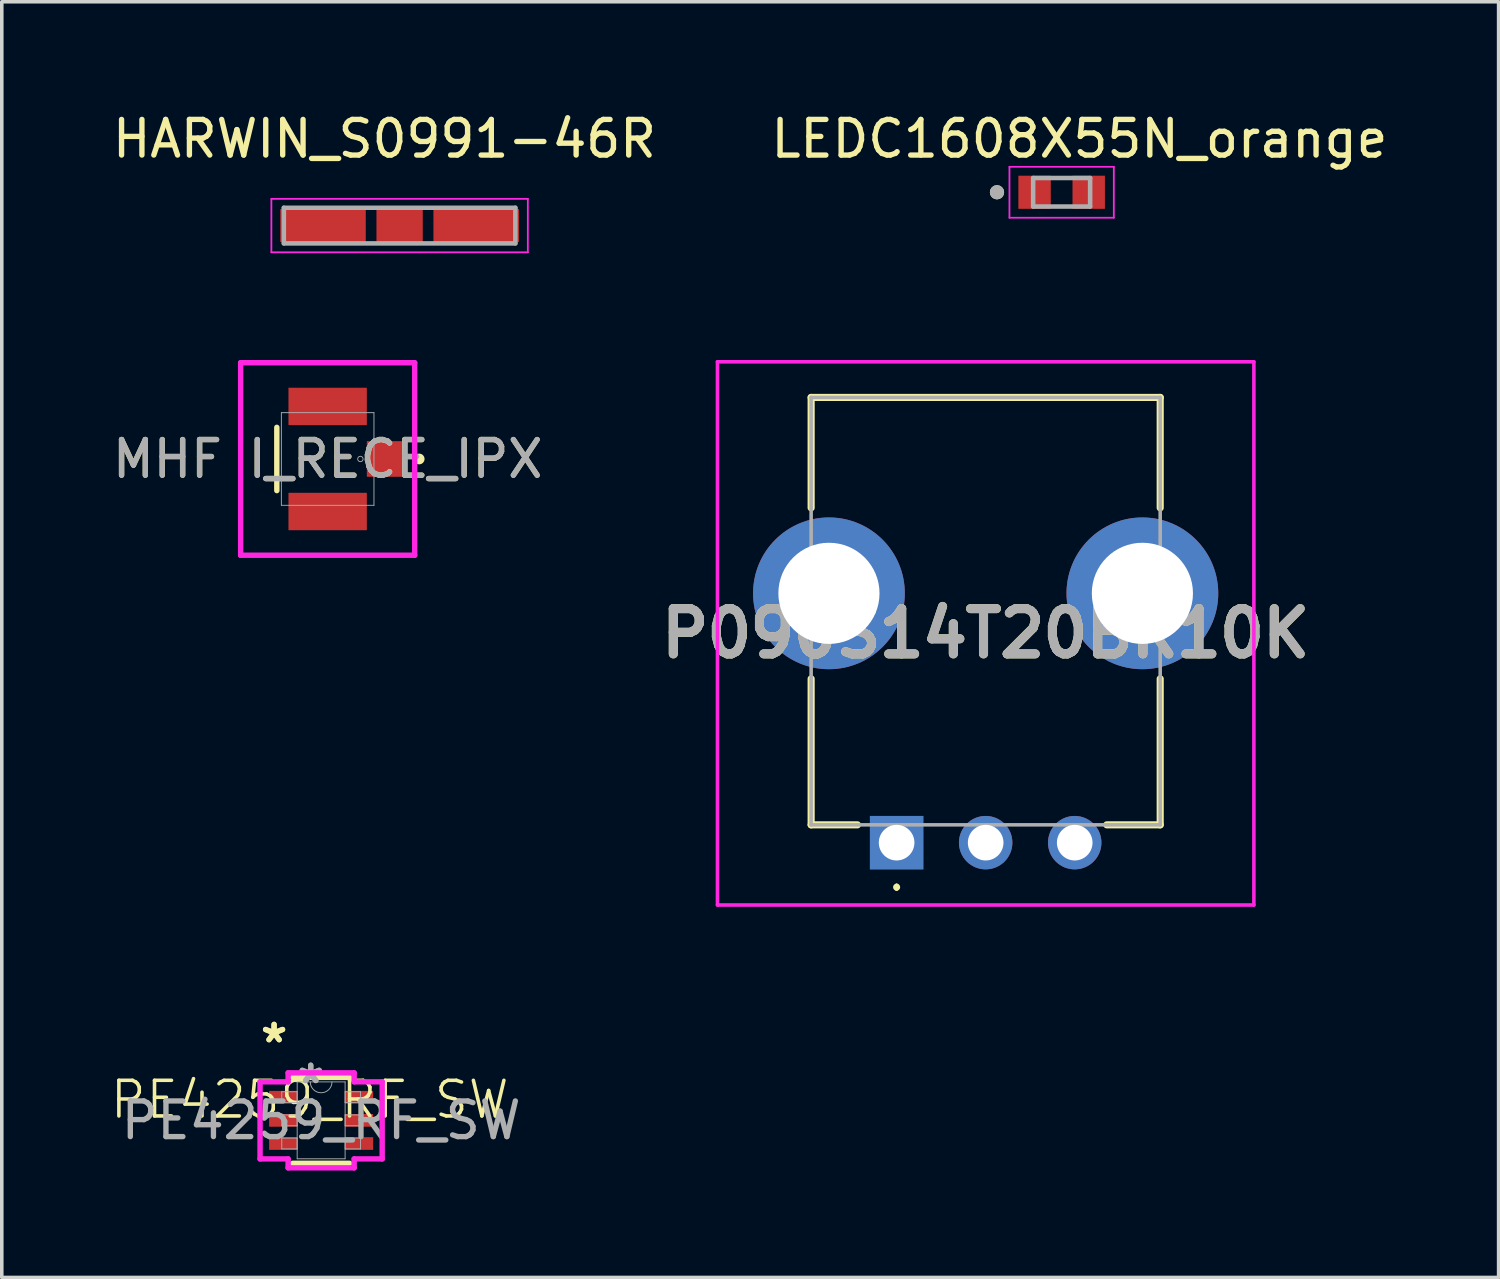
<source format=kicad_pcb>
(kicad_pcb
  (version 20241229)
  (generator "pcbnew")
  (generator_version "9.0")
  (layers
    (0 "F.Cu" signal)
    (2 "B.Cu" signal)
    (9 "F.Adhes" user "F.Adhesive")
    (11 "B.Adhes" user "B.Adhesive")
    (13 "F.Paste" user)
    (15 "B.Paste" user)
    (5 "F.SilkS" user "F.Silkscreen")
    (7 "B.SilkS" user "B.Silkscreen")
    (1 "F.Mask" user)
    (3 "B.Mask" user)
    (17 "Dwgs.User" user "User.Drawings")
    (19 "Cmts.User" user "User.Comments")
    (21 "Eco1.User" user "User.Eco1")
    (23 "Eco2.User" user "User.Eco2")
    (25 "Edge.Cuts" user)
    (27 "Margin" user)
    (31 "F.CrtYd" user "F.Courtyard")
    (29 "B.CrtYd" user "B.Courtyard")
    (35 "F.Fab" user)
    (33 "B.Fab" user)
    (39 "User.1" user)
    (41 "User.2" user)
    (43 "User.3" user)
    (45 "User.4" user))
  (footprint "P090S14T20BR10K"
    (layer "F.Cu")
    (at 22.123 20.608)
    (property "Reference" "P090S14T20BR10K" (at 2.5 -5.875 0) (layer "F.SilkS") (effects (font (size 1.27 1.27) (thickness 0.254))))
    (attr through_hole)
    (fp_line (start -2.4 -12.5) (end 7.4 -12.5) (stroke (width 0.2) (type solid)) (layer "F.SilkS"))
    (fp_line (start -2.4 -9.4) (end -2.4 -12.5) (stroke (width 0.2) (type solid)) (layer "F.SilkS"))
    (fp_line (start -2.4 -4.6) (end -2.4 -0.5) (stroke (width 0.2) (type solid)) (layer "F.SilkS"))
    (fp_line (start -2.4 -0.5) (end -1.1 -0.5) (stroke (width 0.2) (type solid)) (layer "F.SilkS"))
    (fp_line (start 0 1.2) (end 0 1.2) (stroke (width 0.1) (type solid)) (layer "F.SilkS"))
    (fp_line (start 0 1.3) (end 0 1.3) (stroke (width 0.1) (type solid)) (layer "F.SilkS"))
    (fp_line (start 7.4 -12.5) (end 7.4 -9.4) (stroke (width 0.2) (type solid)) (layer "F.SilkS"))
    (fp_line (start 7.4 -4.6) (end 7.4 -0.5) (stroke (width 0.2) (type solid)) (layer "F.SilkS"))
    (fp_line (start 7.4 -0.5) (end 5.9 -0.5) (stroke (width 0.2) (type solid)) (layer "F.SilkS"))
    (fp_arc (start 0 1.2) (mid 0.05 1.25) (end 0 1.3) (stroke (width 0.1) (type solid)) (layer "F.SilkS"))
    (fp_arc (start 0 1.3) (mid -0.05 1.25) (end 0 1.2) (stroke (width 0.1) (type solid)) (layer "F.SilkS"))
    (fp_line (start -5.03 -13.5) (end 10.03 -13.5) (stroke (width 0.1) (type solid)) (layer "F.CrtYd"))
    (fp_line (start -5.03 1.75) (end -5.03 -13.5) (stroke (width 0.1) (type solid)) (layer "F.CrtYd"))
    (fp_line (start 10.03 -13.5) (end 10.03 1.75) (stroke (width 0.1) (type solid)) (layer "F.CrtYd"))
    (fp_line (start 10.03 1.75) (end -5.03 1.75) (stroke (width 0.1) (type solid)) (layer "F.CrtYd"))
    (fp_line (start -2.4 -12.5) (end 7.4 -12.5) (stroke (width 0.1) (type solid)) (layer "F.Fab"))
    (fp_line (start -2.4 -0.5) (end -2.4 -12.5) (stroke (width 0.1) (type solid)) (layer "F.Fab"))
    (fp_line (start 7.4 -12.5) (end 7.4 -0.5) (stroke (width 0.1) (type solid)) (layer "F.Fab"))
    (fp_line (start 7.4 -0.5) (end -2.4 -0.5) (stroke (width 0.1) (type solid)) (layer "F.Fab"))
    (fp_text user "${REFERENCE}" (at 2.5 -5.875 0) (layer "F.Fab") (effects (font (size 1.27 1.27) (thickness 0.254))))
    (pad "1" thru_hole rect (at 0 0) (size 1.5 1.5) (drill 1) (layers "*.Cu" "*.Mask"))
    (pad "2" thru_hole circle (at 2.5 0) (size 1.5 1.5) (drill 1) (layers "*.Cu" "*.Mask"))
    (pad "3" thru_hole circle (at 5 0) (size 1.5 1.5) (drill 1) (layers "*.Cu" "*.Mask"))
    (pad "4" thru_hole circle (at -1.9 -7) (size 4.26 4.26) (drill 2.84) (layers "*.Cu" "*.Mask"))
    (pad "5" thru_hole circle (at 6.9 -7) (size 4.26 4.26) (drill 2.84) (layers "*.Cu" "*.Mask")))
  (footprint "HARWIN_S0991-46R"
    (layer "F.Cu")
    (at 8.169 3.283)
    (property "Reference" "HARWIN_S0991-46R" (at -0.425 -2.435 0) (layer "F.SilkS") (effects (font (size 1 1) (thickness 0.15))))
    (attr smd)
    (fp_line (start -3.6 -0.75) (end -3.6 0.75) (stroke (width 0.05) (type solid)) (layer "F.CrtYd"))
    (fp_line (start -3.6 0.75) (end 3.6 0.75) (stroke (width 0.05) (type solid)) (layer "F.CrtYd"))
    (fp_line (start 3.6 -0.75) (end -3.6 -0.75) (stroke (width 0.05) (type solid)) (layer "F.CrtYd"))
    (fp_line (start 3.6 0.75) (end 3.6 -0.75) (stroke (width 0.05) (type solid)) (layer "F.CrtYd"))
    (fp_line (start -3.25 -0.5) (end 3.25 -0.5) (stroke (width 0.127) (type solid)) (layer "F.Fab"))
    (fp_line (start -3.25 0.5) (end -3.25 -0.5) (stroke (width 0.127) (type solid)) (layer "F.Fab"))
    (fp_line (start 3.25 -0.5) (end 3.25 0.5) (stroke (width 0.127) (type solid)) (layer "F.Fab"))
    (fp_line (start 3.25 0.5) (end -3.25 0.5) (stroke (width 0.127) (type solid)) (layer "F.Fab"))
    (pad "SH1" smd rect (at -2.15 0) (size 2.4 0.925) (layers "F.Cu" "F.Mask" "F.Paste"))
    (pad "SH2" smd rect (at 0 0) (size 1.3 0.925) (layers "F.Cu" "F.Mask" "F.Paste"))
    (pad "SH3" smd rect (at 2.15 0) (size 2.4 0.925) (layers "F.Cu" "F.Mask" "F.Paste")))
  (footprint "PE4259_RF_SW"
    (layer "F.Cu")
    (at 5.645 28.323)
    (property "Reference" "PE4259_RF_SW" (at 0 -0.5 0) (unlocked yes) (layer "F.SilkS") (effects (font (size 1 1) (thickness 0.1))))
    (attr smd)
    (fp_line (start -0.479 1.288) (end 1.121 1.288) (stroke (width 0.152) (type solid)) (layer "F.SilkS"))
    (fp_line (start 1.121 -1.125) (end -0.479 -1.125) (stroke (width 0.152) (type solid)) (layer "F.SilkS"))
    (fp_line (start -1.394 -1) (end -0.606 -1) (stroke (width 0.152) (type solid)) (layer "F.CrtYd"))
    (fp_line (start -1.394 1.164) (end -1.394 -1) (stroke (width 0.152) (type solid)) (layer "F.CrtYd"))
    (fp_line (start -1.394 1.164) (end -0.606 1.164) (stroke (width 0.152) (type solid)) (layer "F.CrtYd"))
    (fp_line (start -0.606 -1.252) (end 1.248 -1.252) (stroke (width 0.152) (type solid)) (layer "F.CrtYd"))
    (fp_line (start -0.606 -1) (end -0.606 -1.252) (stroke (width 0.152) (type solid)) (layer "F.CrtYd"))
    (fp_line (start -0.606 1.415) (end -0.606 1.164) (stroke (width 0.152) (type solid)) (layer "F.CrtYd"))
    (fp_line (start 1.248 -1.252) (end 1.248 -1) (stroke (width 0.152) (type solid)) (layer "F.CrtYd"))
    (fp_line (start 1.248 1.164) (end 1.248 1.415) (stroke (width 0.152) (type solid)) (layer "F.CrtYd"))
    (fp_line (start 1.248 1.415) (end -0.606 1.415) (stroke (width 0.152) (type solid)) (layer "F.CrtYd"))
    (fp_line (start 2.035 -1) (end 1.248 -1) (stroke (width 0.152) (type solid)) (layer "F.CrtYd"))
    (fp_line (start 2.035 -1) (end 2.035 1.164) (stroke (width 0.152) (type solid)) (layer "F.CrtYd"))
    (fp_line (start 2.035 1.164) (end 1.248 1.164) (stroke (width 0.152) (type solid)) (layer "F.CrtYd"))
    (fp_line (start -0.784 -0.721) (end -0.784 -0.416) (stroke (width 0.025) (type solid)) (layer "F.Fab"))
    (fp_line (start -0.784 -0.416) (end -0.352 -0.416) (stroke (width 0.025) (type solid)) (layer "F.Fab"))
    (fp_line (start -0.784 -0.071) (end -0.784 0.234) (stroke (width 0.025) (type solid)) (layer "F.Fab"))
    (fp_line (start -0.784 0.234) (end -0.352 0.234) (stroke (width 0.025) (type solid)) (layer "F.Fab"))
    (fp_line (start -0.784 0.579) (end -0.784 0.884) (stroke (width 0.025) (type solid)) (layer "F.Fab"))
    (fp_line (start -0.784 0.884) (end -0.352 0.884) (stroke (width 0.025) (type solid)) (layer "F.Fab"))
    (fp_line (start -0.352 -0.998) (end -0.352 1.161) (stroke (width 0.025) (type solid)) (layer "F.Fab"))
    (fp_line (start -0.352 -0.721) (end -0.784 -0.721) (stroke (width 0.025) (type solid)) (layer "F.Fab"))
    (fp_line (start -0.352 -0.416) (end -0.352 -0.721) (stroke (width 0.025) (type solid)) (layer "F.Fab"))
    (fp_line (start -0.352 -0.071) (end -0.784 -0.071) (stroke (width 0.025) (type solid)) (layer "F.Fab"))
    (fp_line (start -0.352 0.234) (end -0.352 -0.071) (stroke (width 0.025) (type solid)) (layer "F.Fab"))
    (fp_line (start -0.352 0.579) (end -0.784 0.579) (stroke (width 0.025) (type solid)) (layer "F.Fab"))
    (fp_line (start -0.352 0.884) (end -0.352 0.579) (stroke (width 0.025) (type solid)) (layer "F.Fab"))
    (fp_line (start -0.352 1.161) (end 0.994 1.161) (stroke (width 0.025) (type solid)) (layer "F.Fab"))
    (fp_line (start 0.994 -0.998) (end -0.352 -0.998) (stroke (width 0.025) (type solid)) (layer "F.Fab"))
    (fp_line (start 0.994 -0.721) (end 0.994 -0.416) (stroke (width 0.025) (type solid)) (layer "F.Fab"))
    (fp_line (start 0.994 -0.416) (end 1.426 -0.416) (stroke (width 0.025) (type solid)) (layer "F.Fab"))
    (fp_line (start 0.994 -0.071) (end 0.994 0.234) (stroke (width 0.025) (type solid)) (layer "F.Fab"))
    (fp_line (start 0.994 0.234) (end 1.426 0.234) (stroke (width 0.025) (type solid)) (layer "F.Fab"))
    (fp_line (start 0.994 0.579) (end 0.994 0.884) (stroke (width 0.025) (type solid)) (layer "F.Fab"))
    (fp_line (start 0.994 0.884) (end 1.426 0.884) (stroke (width 0.025) (type solid)) (layer "F.Fab"))
    (fp_line (start 0.994 1.161) (end 0.994 -0.998) (stroke (width 0.025) (type solid)) (layer "F.Fab"))
    (fp_line (start 1.426 -0.721) (end 0.994 -0.721) (stroke (width 0.025) (type solid)) (layer "F.Fab"))
    (fp_line (start 1.426 -0.416) (end 1.426 -0.721) (stroke (width 0.025) (type solid)) (layer "F.Fab"))
    (fp_line (start 1.426 -0.071) (end 0.994 -0.071) (stroke (width 0.025) (type solid)) (layer "F.Fab"))
    (fp_line (start 1.426 0.234) (end 1.426 -0.071) (stroke (width 0.025) (type solid)) (layer "F.Fab"))
    (fp_line (start 1.426 0.579) (end 0.994 0.579) (stroke (width 0.025) (type solid)) (layer "F.Fab"))
    (fp_line (start 1.426 0.884) (end 1.426 0.579) (stroke (width 0.025) (type solid)) (layer "F.Fab"))
    (fp_arc (start 0.6256 -0.9977) (mid 0.3208 -0.6929) (end 0.016 -0.9977) (stroke (width 0.0254) (type solid)) (layer "F.Fab"))
    (fp_text user "*" (at -1 -2.067 0) (layer "F.SilkS") (effects (font (size 1 1) (thickness 0.15))))
    (fp_text user "*" (at -1 -2.067 0) (unlocked yes) (layer "F.SilkS") (effects (font (size 1 1) (thickness 0.15))))
    (fp_text user "*" (at 0.029 -0.921 0) (unlocked yes) (layer "F.Fab") (effects (font (size 1 1) (thickness 0.15))))
    (fp_text user "${REFERENCE}" (at 0.321 0.082 0) (unlocked yes) (layer "F.Fab") (effects (font (size 1 1) (thickness 0.15))))
    (fp_text user "*" (at 0.029 -0.921 0) (layer "F.Fab") (effects (font (size 1 1) (thickness 0.15))))
    (pad "1" smd rect (at -0.746 -0.568) (size 0.787 0.356) (layers "F.Cu" "F.Mask" "F.Paste"))
    (pad "2" smd rect (at -0.746 0.082) (size 0.787 0.356) (layers "F.Cu" "F.Mask" "F.Paste"))
    (pad "3" smd rect (at -0.746 0.732) (size 0.787 0.356) (layers "F.Cu" "F.Mask" "F.Paste"))
    (pad "4" smd rect (at 1.388 0.732) (size 0.787 0.356) (layers "F.Cu" "F.Mask" "F.Paste"))
    (pad "5" smd rect (at 1.388 0.082) (size 0.787 0.356) (layers "F.Cu" "F.Mask" "F.Paste"))
    (pad "6" smd rect (at 1.388 -0.568) (size 0.787 0.356) (layers "F.Cu" "F.Mask" "F.Paste")))
  (footprint "MHF I_RECE_IPX"
    (layer "F.Cu")
    (at 6.149 9.836)
    (property "Reference" "MHF I_RECE_IPX" (at 0 0 0) (unlocked yes) (layer "F.SilkS") (effects (font (size 1 1) (thickness 0.15))))
    (attr smd)
    (fp_line (start -1.427 -0.888) (end -1.427 0.888) (stroke (width 0.152) (type solid)) (layer "F.SilkS"))
    (fp_circle (center 2.57 0) (end 2.646 0) (stroke (width 0.152) (type solid)) (fill no) (layer "F.SilkS"))
    (fp_line (start -2.443 -2.702) (end 2.443 -2.702) (stroke (width 0.152) (type solid)) (layer "F.CrtYd"))
    (fp_line (start -2.443 2.702) (end -2.443 -2.702) (stroke (width 0.152) (type solid)) (layer "F.CrtYd"))
    (fp_line (start 2.443 -2.702) (end 2.443 2.702) (stroke (width 0.152) (type solid)) (layer "F.CrtYd"))
    (fp_line (start 2.443 2.702) (end -2.443 2.702) (stroke (width 0.152) (type solid)) (layer "F.CrtYd"))
    (fp_line (start -1.3 -1.3) (end -1.3 1.3) (stroke (width 0.025) (type solid)) (layer "F.Fab"))
    (fp_line (start -1.3 1.3) (end 1.3 1.3) (stroke (width 0.025) (type solid)) (layer "F.Fab"))
    (fp_line (start 1.3 -1.3) (end -1.3 -1.3) (stroke (width 0.025) (type solid)) (layer "F.Fab"))
    (fp_line (start 1.3 1.3) (end 1.3 -1.3) (stroke (width 0.025) (type solid)) (layer "F.Fab"))
    (fp_circle (center 0.919 0) (end 0.995 0) (stroke (width 0.025) (type solid)) (fill no) (layer "F.Fab"))
    (fp_text user "${REFERENCE}" (at 0 0 0) (unlocked yes) (layer "F.Fab") (effects (font (size 1 1) (thickness 0.15))))
    (pad "1" smd rect (at 0 -1.475) (size 2.2 1.05) (layers "F.Cu" "F.Mask" "F.Paste"))
    (pad "2" smd rect (at 0 1.475) (size 2.2 1.05) (layers "F.Cu" "F.Mask" "F.Paste"))
    (pad "3" smd rect (at 1.625 0) (size 1.05 1) (layers "F.Cu" "F.Mask" "F.Paste"))
    (zone (net_name "") (layer "F.Cu") (hatch full 0.508) (connect_pads) (min_thickness 0.254) (filled_areas_thickness no) (keepout (tracks not_allowed) (vias not_allowed) (pads allowed) (copperpour not_allowed) (footprints allowed)) (placement (enabled no)) (fill) (polygon (pts (xy 5.099 10.886) (xy 7.199 10.886) (xy 7.199 8.786) (xy 5.099 8.786)))))
  (footprint "LEDC1608X55N_orange"
    (layer "F.Cu")
    (at 26.756 2.348)
    (property "Reference" "LEDC1608X55N_orange" (at 0.5 -1.5 0) (layer "F.SilkS") (effects (font (size 1 1) (thickness 0.15))))
    (attr smd)
    (fp_circle (center -1.815 0) (end -1.715 0) (stroke (width 0.2) (type solid)) (fill no) (layer "F.SilkS"))
    (fp_line (start -1.465 -0.715) (end -1.465 0.715) (stroke (width 0.05) (type solid)) (layer "F.CrtYd"))
    (fp_line (start -1.465 0.715) (end 1.465 0.715) (stroke (width 0.05) (type solid)) (layer "F.CrtYd"))
    (fp_line (start 1.465 -0.715) (end -1.465 -0.715) (stroke (width 0.05) (type solid)) (layer "F.CrtYd"))
    (fp_line (start 1.465 0.715) (end 1.465 -0.715) (stroke (width 0.05) (type solid)) (layer "F.CrtYd"))
    (fp_line (start -0.8 -0.4) (end -0.8 0.4) (stroke (width 0.127) (type solid)) (layer "F.Fab"))
    (fp_line (start -0.8 0.4) (end 0.8 0.4) (stroke (width 0.127) (type solid)) (layer "F.Fab"))
    (fp_line (start 0.8 -0.4) (end -0.8 -0.4) (stroke (width 0.127) (type solid)) (layer "F.Fab"))
    (fp_line (start 0.8 0.4) (end 0.8 -0.4) (stroke (width 0.127) (type solid)) (layer "F.Fab"))
    (fp_circle (center -1.815 0) (end -1.715 0) (stroke (width 0.2) (type solid)) (fill no) (layer "F.Fab"))
    (pad "A" smd rect (at 0.76 0) (size 0.91 0.93) (layers "F.Cu" "F.Mask" "F.Paste"))
    (pad "C" smd rect (at -0.76 0) (size 0.91 0.93) (layers "F.Cu" "F.Mask" "F.Paste")))
  (gr_rect
    (start -3 -3)
    (end 39.024 32.815)
    (stroke (width 0.1) (type default))
    (fill no)
    (layer "Edge.Cuts")))
</source>
